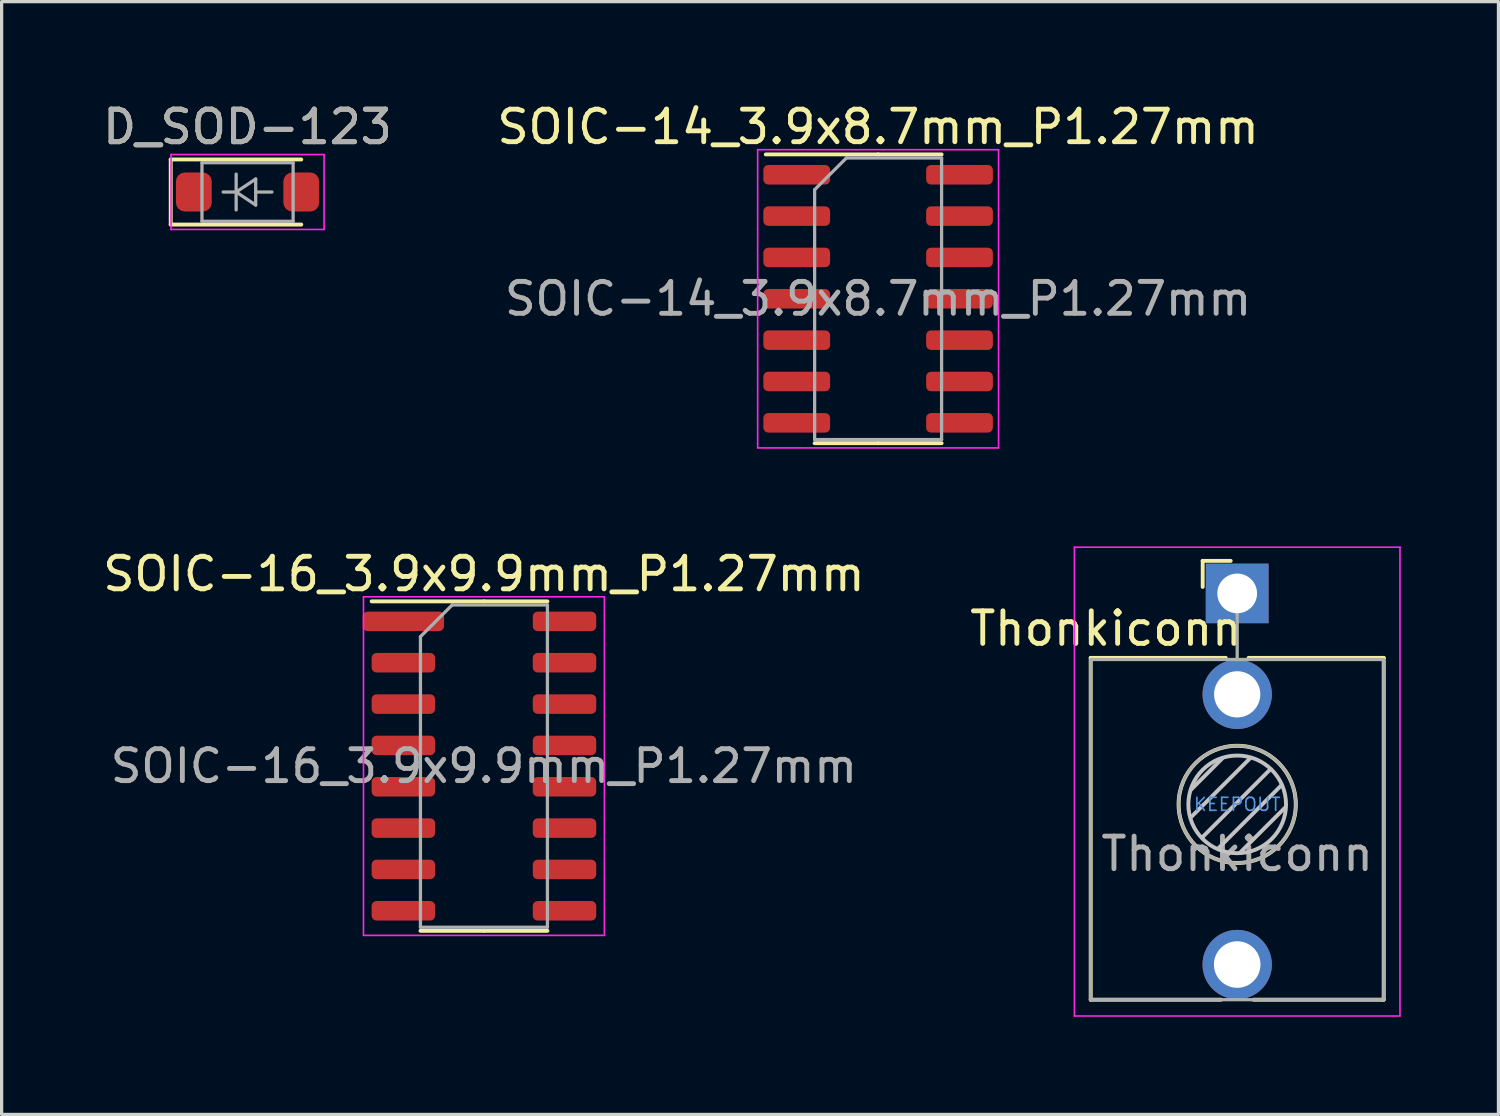
<source format=kicad_pcb>
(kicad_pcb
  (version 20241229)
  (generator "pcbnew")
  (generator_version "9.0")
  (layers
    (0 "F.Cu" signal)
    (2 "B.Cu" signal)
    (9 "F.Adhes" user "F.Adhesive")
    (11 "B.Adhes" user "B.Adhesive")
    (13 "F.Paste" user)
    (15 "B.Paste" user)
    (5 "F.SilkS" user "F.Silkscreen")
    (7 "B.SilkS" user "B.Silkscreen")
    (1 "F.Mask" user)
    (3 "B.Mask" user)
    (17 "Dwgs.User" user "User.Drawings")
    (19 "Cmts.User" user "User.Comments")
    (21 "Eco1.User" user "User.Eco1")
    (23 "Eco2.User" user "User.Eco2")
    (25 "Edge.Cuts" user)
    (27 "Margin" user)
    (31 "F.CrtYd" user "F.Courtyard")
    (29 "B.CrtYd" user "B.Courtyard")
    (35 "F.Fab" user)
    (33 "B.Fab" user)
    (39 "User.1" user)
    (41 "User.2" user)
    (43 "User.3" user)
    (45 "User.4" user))
  (footprint "Thonkiconn"
    (layer "F.Cu")
    (at 34.953 15.178)
    (property "Reference" "Thonkiconn" (at -4.03 1.08 180) (layer "F.SilkS") (effects (font (size 1 1) (thickness 0.15))))
    (attr through_hole)
    (fp_line (start -4.5 1.98) (end -4.5 12.48) (stroke (width 0.12) (type solid)) (layer "F.SilkS"))
    (fp_line (start -1.06 -1) (end -1.06 -0.2) (stroke (width 0.12) (type solid)) (layer "F.SilkS"))
    (fp_line (start -1.06 -1) (end -0.2 -1) (stroke (width 0.12) (type solid)) (layer "F.SilkS"))
    (fp_line (start -0.5 12.48) (end -4.5 12.48) (stroke (width 0.12) (type solid)) (layer "F.SilkS"))
    (fp_line (start -0.35 1.98) (end -4.5 1.98) (stroke (width 0.12) (type solid)) (layer "F.SilkS"))
    (fp_line (start 4.5 1.98) (end 0.35 1.98) (stroke (width 0.12) (type solid)) (layer "F.SilkS"))
    (fp_line (start 4.5 1.98) (end 4.5 12.48) (stroke (width 0.12) (type solid)) (layer "F.SilkS"))
    (fp_line (start 4.5 12.48) (end 0.5 12.48) (stroke (width 0.12) (type solid)) (layer "F.SilkS"))
    (fp_circle (center 0 6.48) (end 1.8 6.48) (stroke (width 0.12) (type solid)) (fill no) (layer "F.SilkS"))
    (fp_line (start -1.42 6.875) (end 0.4 5.06) (stroke (width 0.12) (type solid)) (layer "Dwgs.User"))
    (fp_line (start -1.41 6.02) (end -0.46 5.07) (stroke (width 0.12) (type solid)) (layer "Dwgs.User"))
    (fp_line (start -1.07 7.49) (end 1.01 5.41) (stroke (width 0.12) (type solid)) (layer "Dwgs.User"))
    (fp_line (start -0.58 7.83) (end 1.36 5.89) (stroke (width 0.12) (type solid)) (layer "Dwgs.User"))
    (fp_line (start 0.09 7.96) (end 1.48 6.57) (stroke (width 0.12) (type solid)) (layer "Dwgs.User"))
    (fp_circle (center 0 6.48) (end 1.5 6.48) (stroke (width 0.12) (type solid)) (fill no) (layer "Dwgs.User"))
    (fp_line (start -5 12.98) (end -5 -1.42) (stroke (width 0.05) (type solid)) (layer "F.CrtYd"))
    (fp_line (start 5 -1.42) (end -5 -1.42) (stroke (width 0.05) (type solid)) (layer "F.CrtYd"))
    (fp_line (start 5 12.98) (end -5 12.98) (stroke (width 0.05) (type solid)) (layer "F.CrtYd"))
    (fp_line (start 5 12.98) (end 5 -1.42) (stroke (width 0.05) (type solid)) (layer "F.CrtYd"))
    (fp_line (start -4.5 12.48) (end -4.5 2.08) (stroke (width 0.1) (type solid)) (layer "F.Fab"))
    (fp_line (start 0 0) (end 0 2.03) (stroke (width 0.1) (type solid)) (layer "F.Fab"))
    (fp_line (start 4.5 2.03) (end -4.5 2.03) (stroke (width 0.1) (type solid)) (layer "F.Fab"))
    (fp_line (start 4.5 12.48) (end -4.5 12.48) (stroke (width 0.1) (type solid)) (layer "F.Fab"))
    (fp_line (start 4.5 12.48) (end 4.5 2.08) (stroke (width 0.1) (type solid)) (layer "F.Fab"))
    (fp_circle (center 0 6.48) (end 1.8 6.48) (stroke (width 0.1) (type solid)) (fill no) (layer "F.Fab"))
    (fp_text user "KEEPOUT" (at 0 6.48 0) (layer "Cmts.User") (effects (font (size 0.4 0.4) (thickness 0.051))))
    (fp_text user "${REFERENCE}" (at 0 8 180) (layer "F.Fab") (effects (font (size 1 1) (thickness 0.15))))
    (pad "S" thru_hole rect (at 0 0 180) (size 1.93 1.83) (drill 1.22) (layers "*.Cu" "*.Mask"))
    (pad "T" thru_hole circle (at 0 11.4 180) (size 2.13 2.13) (drill 1.43) (layers "*.Cu" "*.Mask"))
    (pad "TN" thru_hole circle (at 0 3.1 180) (size 2.13 2.13) (drill 1.42) (layers "*.Cu" "*.Mask")))
  (footprint "SOIC-16_3.9x9.9mm_P1.27mm"
    (layer "F.Cu")
    (at 11.815 20.482)
    (property "Reference" "SOIC-16_3.9x9.9mm_P1.27mm" (at 0 -5.9 0) (layer "F.SilkS") (effects (font (size 1 1) (thickness 0.15))))
    (attr smd)
    (fp_line (start 0 -5.06) (end -3.45 -5.06) (stroke (width 0.12) (type solid)) (layer "F.SilkS"))
    (fp_line (start 0 -5.06) (end 1.95 -5.06) (stroke (width 0.12) (type solid)) (layer "F.SilkS"))
    (fp_line (start 0 5.06) (end -1.95 5.06) (stroke (width 0.12) (type solid)) (layer "F.SilkS"))
    (fp_line (start 0 5.06) (end 1.95 5.06) (stroke (width 0.12) (type solid)) (layer "F.SilkS"))
    (fp_line (start -3.7 -5.2) (end -3.7 5.2) (stroke (width 0.05) (type solid)) (layer "F.CrtYd"))
    (fp_line (start -3.7 5.2) (end 3.7 5.2) (stroke (width 0.05) (type solid)) (layer "F.CrtYd"))
    (fp_line (start 3.7 -5.2) (end -3.7 -5.2) (stroke (width 0.05) (type solid)) (layer "F.CrtYd"))
    (fp_line (start 3.7 5.2) (end 3.7 -5.2) (stroke (width 0.05) (type solid)) (layer "F.CrtYd"))
    (fp_line (start -1.95 -3.975) (end -0.975 -4.95) (stroke (width 0.1) (type solid)) (layer "F.Fab"))
    (fp_line (start -1.95 4.95) (end -1.95 -3.975) (stroke (width 0.1) (type solid)) (layer "F.Fab"))
    (fp_line (start -0.975 -4.95) (end 1.95 -4.95) (stroke (width 0.1) (type solid)) (layer "F.Fab"))
    (fp_line (start 1.95 -4.95) (end 1.95 4.95) (stroke (width 0.1) (type solid)) (layer "F.Fab"))
    (fp_line (start 1.95 4.95) (end -1.95 4.95) (stroke (width 0.1) (type solid)) (layer "F.Fab"))
    (fp_text user "${REFERENCE}" (at 0 0 0) (layer "F.Fab") (effects (font (size 0.98 0.98) (thickness 0.15))))
    (pad "1" smd roundrect (at -2.475 -4.445) (size 2.5 0.6) (layers "F.Cu" "F.Mask" "F.Paste") (roundrect_rratio 0.25))
    (pad "2" smd roundrect (at -2.475 -3.175) (size 1.95 0.6) (layers "F.Cu" "F.Mask" "F.Paste") (roundrect_rratio 0.25))
    (pad "3" smd roundrect (at -2.475 -1.905) (size 1.95 0.6) (layers "F.Cu" "F.Mask" "F.Paste") (roundrect_rratio 0.25))
    (pad "4" smd roundrect (at -2.475 -0.635) (size 1.95 0.6) (layers "F.Cu" "F.Mask" "F.Paste") (roundrect_rratio 0.25))
    (pad "5" smd roundrect (at -2.475 0.635) (size 1.95 0.6) (layers "F.Cu" "F.Mask" "F.Paste") (roundrect_rratio 0.25))
    (pad "6" smd roundrect (at -2.475 1.905) (size 1.95 0.6) (layers "F.Cu" "F.Mask" "F.Paste") (roundrect_rratio 0.25))
    (pad "7" smd roundrect (at -2.475 3.175) (size 1.95 0.6) (layers "F.Cu" "F.Mask" "F.Paste") (roundrect_rratio 0.25))
    (pad "8" smd roundrect (at -2.475 4.445) (size 1.95 0.6) (layers "F.Cu" "F.Mask" "F.Paste") (roundrect_rratio 0.25))
    (pad "9" smd roundrect (at 2.475 4.445) (size 1.95 0.6) (layers "F.Cu" "F.Mask" "F.Paste") (roundrect_rratio 0.25))
    (pad "10" smd roundrect (at 2.475 3.175) (size 1.95 0.6) (layers "F.Cu" "F.Mask" "F.Paste") (roundrect_rratio 0.25))
    (pad "11" smd roundrect (at 2.475 1.905) (size 1.95 0.6) (layers "F.Cu" "F.Mask" "F.Paste") (roundrect_rratio 0.25))
    (pad "12" smd roundrect (at 2.475 0.635) (size 1.95 0.6) (layers "F.Cu" "F.Mask" "F.Paste") (roundrect_rratio 0.25))
    (pad "13" smd roundrect (at 2.475 -0.635) (size 1.95 0.6) (layers "F.Cu" "F.Mask" "F.Paste") (roundrect_rratio 0.25))
    (pad "14" smd roundrect (at 2.475 -1.905) (size 1.95 0.6) (layers "F.Cu" "F.Mask" "F.Paste") (roundrect_rratio 0.25))
    (pad "15" smd roundrect (at 2.475 -3.175) (size 1.95 0.6) (layers "F.Cu" "F.Mask" "F.Paste") (roundrect_rratio 0.25))
    (pad "16" smd roundrect (at 2.475 -4.445) (size 1.95 0.6) (layers "F.Cu" "F.Mask" "F.Paste") (roundrect_rratio 0.25)))
  (footprint "D_SOD-123"
    (layer "F.Cu")
    (at 4.554 2.848)
    (property "Reference" "D_SOD-123" (at 0 -2 0) (layer "F.SilkS") (effects (font (size 1 1) (thickness 0.15))))
    (attr smd)
    (fp_line (start -2.36 -1) (end -2.36 1) (stroke (width 0.12) (type solid)) (layer "F.SilkS"))
    (fp_line (start -2.36 -1) (end 1.65 -1) (stroke (width 0.12) (type solid)) (layer "F.SilkS"))
    (fp_line (start -2.36 1) (end 1.65 1) (stroke (width 0.12) (type solid)) (layer "F.SilkS"))
    (fp_line (start -2.35 -1.15) (end -2.35 1.15) (stroke (width 0.05) (type solid)) (layer "F.CrtYd"))
    (fp_line (start -2.35 -1.15) (end 2.35 -1.15) (stroke (width 0.05) (type solid)) (layer "F.CrtYd"))
    (fp_line (start 2.35 -1.15) (end 2.35 1.15) (stroke (width 0.05) (type solid)) (layer "F.CrtYd"))
    (fp_line (start 2.35 1.15) (end -2.35 1.15) (stroke (width 0.05) (type solid)) (layer "F.CrtYd"))
    (fp_line (start -1.4 -0.9) (end 1.4 -0.9) (stroke (width 0.1) (type solid)) (layer "F.Fab"))
    (fp_line (start -1.4 0.9) (end -1.4 -0.9) (stroke (width 0.1) (type solid)) (layer "F.Fab"))
    (fp_line (start -0.75 0) (end -0.35 0) (stroke (width 0.1) (type solid)) (layer "F.Fab"))
    (fp_line (start -0.35 0) (end -0.35 -0.55) (stroke (width 0.1) (type solid)) (layer "F.Fab"))
    (fp_line (start -0.35 0) (end -0.35 0.55) (stroke (width 0.1) (type solid)) (layer "F.Fab"))
    (fp_line (start -0.35 0) (end 0.25 -0.4) (stroke (width 0.1) (type solid)) (layer "F.Fab"))
    (fp_line (start 0.25 -0.4) (end 0.25 0.4) (stroke (width 0.1) (type solid)) (layer "F.Fab"))
    (fp_line (start 0.25 0) (end 0.75 0) (stroke (width 0.1) (type solid)) (layer "F.Fab"))
    (fp_line (start 0.25 0.4) (end -0.35 0) (stroke (width 0.1) (type solid)) (layer "F.Fab"))
    (fp_line (start 1.4 -0.9) (end 1.4 0.9) (stroke (width 0.1) (type solid)) (layer "F.Fab"))
    (fp_line (start 1.4 0.9) (end -1.4 0.9) (stroke (width 0.1) (type solid)) (layer "F.Fab"))
    (fp_text user "${REFERENCE}" (at 0 -2 0) (layer "F.Fab") (effects (font (size 1 1) (thickness 0.15))))
    (pad "1" smd roundrect (at -1.65 0) (size 1.1 1.2) (layers "F.Cu" "F.Mask" "F.Paste") (roundrect_rratio 0.25))
    (pad "2" smd roundrect (at 1.65 0) (size 1.1 1.2) (layers "F.Cu" "F.Mask" "F.Paste") (roundrect_rratio 0.25)))
  (footprint "SOIC-14_3.9x8.7mm_P1.27mm"
    (layer "F.Cu")
    (at 23.923 6.128)
    (property "Reference" "SOIC-14_3.9x8.7mm_P1.27mm" (at 0 -5.28 0) (layer "F.SilkS") (effects (font (size 1 1) (thickness 0.15))))
    (attr smd)
    (fp_line (start 0 -4.435) (end -3.45 -4.435) (stroke (width 0.12) (type solid)) (layer "F.SilkS"))
    (fp_line (start 0 -4.435) (end 1.95 -4.435) (stroke (width 0.12) (type solid)) (layer "F.SilkS"))
    (fp_line (start 0 4.435) (end -1.95 4.435) (stroke (width 0.12) (type solid)) (layer "F.SilkS"))
    (fp_line (start 0 4.435) (end 1.95 4.435) (stroke (width 0.12) (type solid)) (layer "F.SilkS"))
    (fp_line (start -3.7 -4.58) (end -3.7 4.58) (stroke (width 0.05) (type solid)) (layer "F.CrtYd"))
    (fp_line (start -3.7 4.58) (end 3.7 4.58) (stroke (width 0.05) (type solid)) (layer "F.CrtYd"))
    (fp_line (start 3.7 -4.58) (end -3.7 -4.58) (stroke (width 0.05) (type solid)) (layer "F.CrtYd"))
    (fp_line (start 3.7 4.58) (end 3.7 -4.58) (stroke (width 0.05) (type solid)) (layer "F.CrtYd"))
    (fp_line (start -1.95 -3.35) (end -0.975 -4.325) (stroke (width 0.1) (type solid)) (layer "F.Fab"))
    (fp_line (start -1.95 4.325) (end -1.95 -3.35) (stroke (width 0.1) (type solid)) (layer "F.Fab"))
    (fp_line (start -0.975 -4.325) (end 1.95 -4.325) (stroke (width 0.1) (type solid)) (layer "F.Fab"))
    (fp_line (start 1.95 -4.325) (end 1.95 4.325) (stroke (width 0.1) (type solid)) (layer "F.Fab"))
    (fp_line (start 1.95 4.325) (end -1.95 4.325) (stroke (width 0.1) (type solid)) (layer "F.Fab"))
    (fp_text user "${REFERENCE}" (at 0 0 0) (layer "F.Fab") (effects (font (size 0.98 0.98) (thickness 0.15))))
    (pad "1" smd roundrect (at -2.5 -3.81) (size 2.05 0.6) (layers "F.Cu" "F.Mask" "F.Paste") (roundrect_rratio 0.25))
    (pad "2" smd roundrect (at -2.5 -2.54) (size 2.05 0.6) (layers "F.Cu" "F.Mask" "F.Paste") (roundrect_rratio 0.25))
    (pad "3" smd roundrect (at -2.5 -1.27) (size 2.05 0.6) (layers "F.Cu" "F.Mask" "F.Paste") (roundrect_rratio 0.25))
    (pad "4" smd roundrect (at -2.5 0) (size 2.05 0.6) (layers "F.Cu" "F.Mask" "F.Paste") (roundrect_rratio 0.25))
    (pad "5" smd roundrect (at -2.5 1.27) (size 2.05 0.6) (layers "F.Cu" "F.Mask" "F.Paste") (roundrect_rratio 0.25))
    (pad "6" smd roundrect (at -2.5 2.54) (size 2.05 0.6) (layers "F.Cu" "F.Mask" "F.Paste") (roundrect_rratio 0.25))
    (pad "7" smd roundrect (at -2.5 3.81) (size 2.05 0.6) (layers "F.Cu" "F.Mask" "F.Paste") (roundrect_rratio 0.25))
    (pad "8" smd roundrect (at 2.5 3.81) (size 2.05 0.6) (layers "F.Cu" "F.Mask" "F.Paste") (roundrect_rratio 0.25))
    (pad "9" smd roundrect (at 2.5 2.54) (size 2.05 0.6) (layers "F.Cu" "F.Mask" "F.Paste") (roundrect_rratio 0.25))
    (pad "10" smd roundrect (at 2.5 1.27) (size 2.05 0.6) (layers "F.Cu" "F.Mask" "F.Paste") (roundrect_rratio 0.25))
    (pad "11" smd roundrect (at 2.5 0) (size 2.05 0.6) (layers "F.Cu" "F.Mask" "F.Paste") (roundrect_rratio 0.25))
    (pad "12" smd roundrect (at 2.5 -1.27) (size 2.05 0.6) (layers "F.Cu" "F.Mask" "F.Paste") (roundrect_rratio 0.25))
    (pad "13" smd roundrect (at 2.5 -2.54) (size 2.05 0.6) (layers "F.Cu" "F.Mask" "F.Paste") (roundrect_rratio 0.25))
    (pad "14" smd roundrect (at 2.5 -3.81) (size 2.05 0.6) (layers "F.Cu" "F.Mask" "F.Paste") (roundrect_rratio 0.25)))
  (gr_rect
    (start -3 -3)
    (end 42.978 31.183)
    (stroke (width 0.1) (type default))
    (fill no)
    (layer "Edge.Cuts")))
</source>
